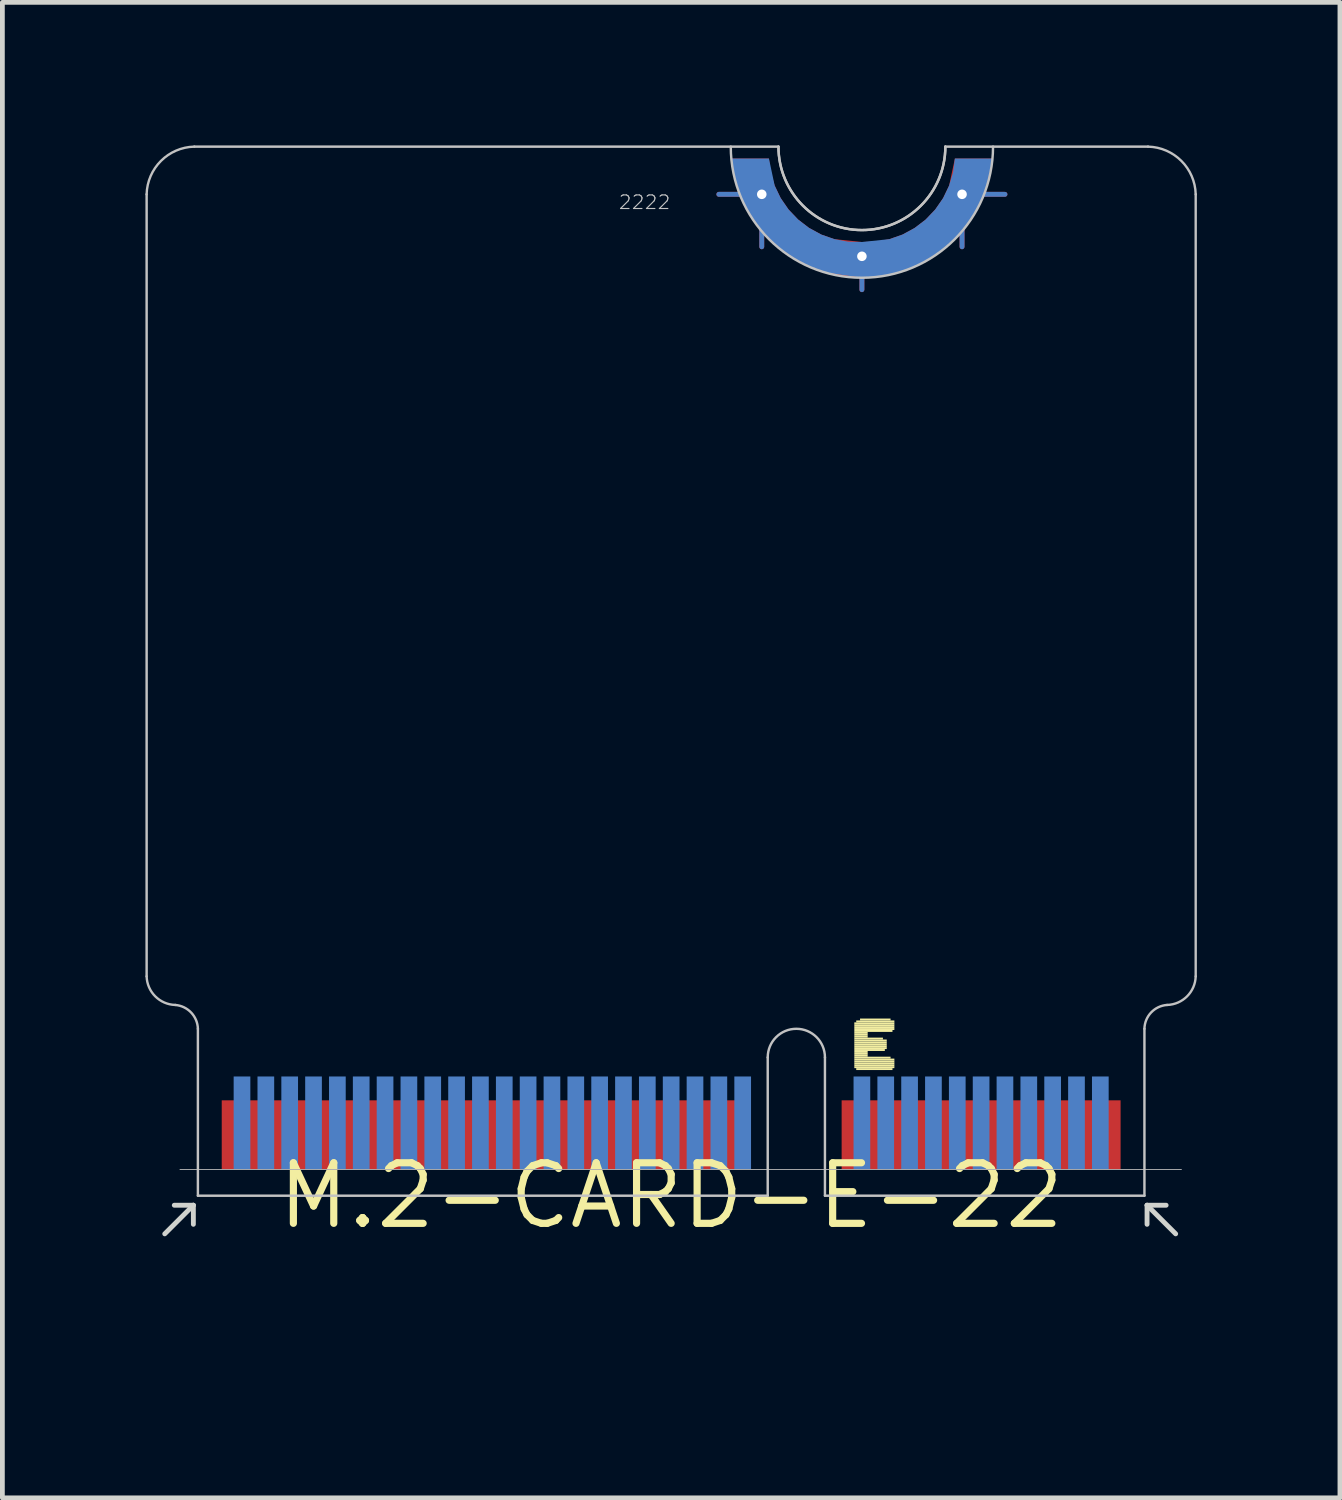
<source format=kicad_pcb>
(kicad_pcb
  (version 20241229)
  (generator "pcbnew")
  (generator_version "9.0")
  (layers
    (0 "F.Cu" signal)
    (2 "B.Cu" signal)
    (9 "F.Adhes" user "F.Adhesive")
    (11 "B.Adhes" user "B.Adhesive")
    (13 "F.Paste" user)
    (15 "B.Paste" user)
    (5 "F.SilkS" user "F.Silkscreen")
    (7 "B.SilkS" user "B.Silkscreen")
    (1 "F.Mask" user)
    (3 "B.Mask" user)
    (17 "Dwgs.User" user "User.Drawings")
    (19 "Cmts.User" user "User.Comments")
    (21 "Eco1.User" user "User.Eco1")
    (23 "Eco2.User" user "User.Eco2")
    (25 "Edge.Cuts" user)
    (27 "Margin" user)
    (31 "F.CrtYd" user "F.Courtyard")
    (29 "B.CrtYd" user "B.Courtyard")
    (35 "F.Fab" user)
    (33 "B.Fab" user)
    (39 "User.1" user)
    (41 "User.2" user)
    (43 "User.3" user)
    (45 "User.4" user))
  (footprint "M.2-CARD-E-22"
    (layer "F.Cu")
    (at 11.025 22.025)
    (property "Reference" "M.2-CARD-E-22" (at 0 0 0) (layer "F.SilkS") (effects (font (size 1.27 1.27) (thickness 0.15))))
    (attr through_hole)
    (fp_line (start 1.9 -21) (end 1 -21) (stroke (width 0.102) (type solid)) (layer "F.Cu"))
    (fp_line (start 1.9 -21) (end 1.9 -19.9) (stroke (width 0.102) (type solid)) (layer "F.Cu"))
    (fp_line (start 4 -19.7) (end 4 -19) (stroke (width 0.102) (type solid)) (layer "F.Cu"))
    (fp_line (start 6.1 -21) (end 6.1 -19.9) (stroke (width 0.102) (type solid)) (layer "F.Cu"))
    (fp_line (start 6.1 -21) (end 7 -21) (stroke (width 0.102) (type solid)) (layer "F.Cu"))
    (fp_poly (pts (xy 1.25 -21.75) (xy 2.05 -21.75) (xy 2.088 -21.462) (xy 2.171 -21.183) (xy 2.297 -20.921) (xy 2.462 -20.682) (xy 2.663 -20.471) (xy 2.893 -20.295) (xy 3.149 -20.156) (xy 3.423 -20.06) (xy 4 -20) (xy 4.291 -20.007) (xy 4.577 -20.06) (xy 4.851 -20.156) (xy 5.107 -20.295) (xy 5.337 -20.471) (xy 5.538 -20.682) (xy 5.703 -20.921) (xy 5.829 -21.183) (xy 5.95 -21.75) (xy 6.75 -21.75) (xy 6.687 -21.386) (xy 6.576 -21.034) (xy 6.42 -20.699) (xy 6.222 -20.388) (xy 5.983 -20.105) (xy 5.71 -19.857) (xy 5.406 -19.647) (xy 5.078 -19.478) (xy 4.73 -19.355) (xy 4.368 -19.278) (xy 4 -19.25) (xy 3.631 -19.276) (xy 3.268 -19.35) (xy 2.919 -19.473) (xy 2.589 -19.64) (xy 2.285 -19.85) (xy 2.011 -20.099) (xy 1.773 -20.383) (xy 1.574 -20.695) (xy 1.419 -21.031)) (stroke (width 0) (type solid)) (fill yes) (layer "F.Cu"))
    (fp_poly (pts (xy 1.25 -22) (xy 2.25 -22) (xy 2.277 -21.696) (xy 2.356 -21.401) (xy 2.484 -21.125) (xy 2.659 -20.875) (xy 2.875 -20.659) (xy 3.125 -20.484) (xy 3.401 -20.356) (xy 3.696 -20.277) (xy 4 -20.25) (xy 4.304 -20.277) (xy 4.599 -20.356) (xy 4.875 -20.484) (xy 5.125 -20.659) (xy 5.341 -20.875) (xy 5.516 -21.125) (xy 5.644 -21.401) (xy 5.75 -22) (xy 6.75 -22) (xy 6.726 -21.641) (xy 6.656 -21.288) (xy 6.541 -20.948) (xy 6.382 -20.625) (xy 6.182 -20.326) (xy 5.945 -20.055) (xy 5.674 -19.818) (xy 5.375 -19.618) (xy 5.052 -19.459) (xy 4.712 -19.344) (xy 4 -19.25) (xy 3.641 -19.274) (xy 3.288 -19.344) (xy 2.948 -19.459) (xy 2.625 -19.618) (xy 2.326 -19.818) (xy 2.055 -20.055) (xy 1.818 -20.326) (xy 1.618 -20.625) (xy 1.459 -20.948) (xy 1.344 -21.288) (xy 1.274 -21.641)) (stroke (width 0) (type solid)) (fill yes) (layer "F.Mask"))
    (fp_line (start 1.9 -21) (end 1 -21) (stroke (width 0.102) (type solid)) (layer "B.Cu"))
    (fp_line (start 1.9 -21) (end 1.9 -19.9) (stroke (width 0.102) (type solid)) (layer "B.Cu"))
    (fp_line (start 4 -19.7) (end 4 -19) (stroke (width 0.102) (type solid)) (layer "B.Cu"))
    (fp_line (start 6.1 -21) (end 6.1 -19.9) (stroke (width 0.102) (type solid)) (layer "B.Cu"))
    (fp_line (start 6.1 -21) (end 7 -21) (stroke (width 0.102) (type solid)) (layer "B.Cu"))
    (fp_poly (pts (xy 6.75 -21.75) (xy 5.95 -21.75) (xy 5.912 -21.462) (xy 5.829 -21.183) (xy 5.703 -20.921) (xy 5.538 -20.682) (xy 5.337 -20.471) (xy 5.107 -20.295) (xy 4.851 -20.156) (xy 4.577 -20.06) (xy 4 -20) (xy 3.709 -20.007) (xy 3.423 -20.06) (xy 3.149 -20.156) (xy 2.893 -20.295) (xy 2.663 -20.471) (xy 2.462 -20.682) (xy 2.297 -20.921) (xy 2.171 -21.183) (xy 2.05 -21.75) (xy 1.25 -21.75) (xy 1.25 -21.75) (xy 1.313 -21.386) (xy 1.424 -21.034) (xy 1.58 -20.699) (xy 1.778 -20.388) (xy 2.017 -20.105) (xy 2.29 -19.857) (xy 2.594 -19.647) (xy 2.922 -19.478) (xy 3.27 -19.355) (xy 4 -19.25) (xy 4 -19.25) (xy 4.369 -19.276) (xy 4.732 -19.35) (xy 5.081 -19.473) (xy 5.411 -19.64) (xy 5.715 -19.85) (xy 5.989 -20.099) (xy 6.227 -20.383) (xy 6.426 -20.695) (xy 6.581 -21.031)) (stroke (width 0) (type solid)) (fill yes) (layer "B.Cu"))
    (fp_poly (pts (xy 6.75 -22) (xy 5.75 -22) (xy 5.723 -21.696) (xy 5.644 -21.401) (xy 5.516 -21.125) (xy 5.341 -20.875) (xy 5.125 -20.659) (xy 4.875 -20.484) (xy 4.599 -20.356) (xy 4.304 -20.277) (xy 4 -20.25) (xy 3.696 -20.277) (xy 3.401 -20.356) (xy 3.125 -20.484) (xy 2.875 -20.659) (xy 2.659 -20.875) (xy 2.484 -21.125) (xy 2.356 -21.401) (xy 2.277 -21.696) (xy 2.25 -22) (xy 1.25 -22) (xy 1.274 -21.641) (xy 1.344 -21.288) (xy 1.459 -20.948) (xy 1.618 -20.625) (xy 1.818 -20.326) (xy 2.055 -20.055) (xy 2.326 -19.818) (xy 2.625 -19.618) (xy 2.948 -19.459) (xy 3.288 -19.344) (xy 3.641 -19.274) (xy 4 -19.25) (xy 4.359 -19.274) (xy 4.712 -19.344) (xy 5.052 -19.459) (xy 5.375 -19.618) (xy 5.674 -19.818) (xy 5.945 -20.055) (xy 6.182 -20.326) (xy 6.382 -20.625) (xy 6.541 -20.948) (xy 6.656 -21.288)) (stroke (width 0) (type solid)) (fill yes) (layer "B.Mask"))
    (fp_poly (pts (xy 3.841 -3.595) (xy 4.681 -3.595) (xy 4.681 -3.635) (xy 3.841 -3.635)) (stroke (width 0) (type solid)) (fill yes) (layer "F.SilkS"))
    (fp_poly (pts (xy 3.841 -3.555) (xy 4.681 -3.555) (xy 4.681 -3.595) (xy 3.841 -3.595)) (stroke (width 0) (type solid)) (fill yes) (layer "F.SilkS"))
    (fp_poly (pts (xy 3.841 -3.515) (xy 4.681 -3.515) (xy 4.681 -3.555) (xy 3.841 -3.555)) (stroke (width 0) (type solid)) (fill yes) (layer "F.SilkS"))
    (fp_poly (pts (xy 3.841 -3.475) (xy 4.681 -3.475) (xy 4.681 -3.515) (xy 3.841 -3.515)) (stroke (width 0) (type solid)) (fill yes) (layer "F.SilkS"))
    (fp_poly (pts (xy 3.841 -3.435) (xy 4.641 -3.435) (xy 4.641 -3.475) (xy 3.841 -3.475)) (stroke (width 0) (type solid)) (fill yes) (layer "F.SilkS"))
    (fp_poly (pts (xy 3.841 -3.395) (xy 4.121 -3.395) (xy 4.121 -3.435) (xy 3.841 -3.435)) (stroke (width 0) (type solid)) (fill yes) (layer "F.SilkS"))
    (fp_poly (pts (xy 3.841 -3.355) (xy 4.121 -3.355) (xy 4.121 -3.395) (xy 3.841 -3.395)) (stroke (width 0) (type solid)) (fill yes) (layer "F.SilkS"))
    (fp_poly (pts (xy 3.841 -3.315) (xy 4.121 -3.315) (xy 4.121 -3.355) (xy 3.841 -3.355)) (stroke (width 0) (type solid)) (fill yes) (layer "F.SilkS"))
    (fp_poly (pts (xy 3.841 -3.275) (xy 4.441 -3.275) (xy 4.441 -3.315) (xy 3.841 -3.315)) (stroke (width 0) (type solid)) (fill yes) (layer "F.SilkS"))
    (fp_poly (pts (xy 3.841 -3.235) (xy 4.521 -3.235) (xy 4.521 -3.275) (xy 3.841 -3.275)) (stroke (width 0) (type solid)) (fill yes) (layer "F.SilkS"))
    (fp_poly (pts (xy 3.841 -3.195) (xy 4.521 -3.195) (xy 4.521 -3.235) (xy 3.841 -3.235)) (stroke (width 0) (type solid)) (fill yes) (layer "F.SilkS"))
    (fp_poly (pts (xy 3.841 -3.155) (xy 4.521 -3.155) (xy 4.521 -3.195) (xy 3.841 -3.195)) (stroke (width 0) (type solid)) (fill yes) (layer "F.SilkS"))
    (fp_poly (pts (xy 3.841 -3.115) (xy 4.521 -3.115) (xy 4.521 -3.155) (xy 3.841 -3.155)) (stroke (width 0) (type solid)) (fill yes) (layer "F.SilkS"))
    (fp_poly (pts (xy 3.841 -3.075) (xy 4.521 -3.075) (xy 4.521 -3.115) (xy 3.841 -3.115)) (stroke (width 0) (type solid)) (fill yes) (layer "F.SilkS"))
    (fp_poly (pts (xy 3.841 -3.035) (xy 4.481 -3.035) (xy 4.481 -3.075) (xy 3.841 -3.075)) (stroke (width 0) (type solid)) (fill yes) (layer "F.SilkS"))
    (fp_poly (pts (xy 3.841 -2.995) (xy 4.121 -2.995) (xy 4.121 -3.035) (xy 3.841 -3.035)) (stroke (width 0) (type solid)) (fill yes) (layer "F.SilkS"))
    (fp_poly (pts (xy 3.841 -2.955) (xy 4.121 -2.955) (xy 4.121 -2.995) (xy 3.841 -2.995)) (stroke (width 0) (type solid)) (fill yes) (layer "F.SilkS"))
    (fp_poly (pts (xy 3.841 -2.915) (xy 4.121 -2.915) (xy 4.121 -2.955) (xy 3.841 -2.955)) (stroke (width 0) (type solid)) (fill yes) (layer "F.SilkS"))
    (fp_poly (pts (xy 3.841 -2.875) (xy 4.601 -2.875) (xy 4.601 -2.915) (xy 3.841 -2.915)) (stroke (width 0) (type solid)) (fill yes) (layer "F.SilkS"))
    (fp_poly (pts (xy 3.841 -2.835) (xy 4.681 -2.835) (xy 4.681 -2.875) (xy 3.841 -2.875)) (stroke (width 0) (type solid)) (fill yes) (layer "F.SilkS"))
    (fp_poly (pts (xy 3.841 -2.795) (xy 4.681 -2.795) (xy 4.681 -2.835) (xy 3.841 -2.835)) (stroke (width 0) (type solid)) (fill yes) (layer "F.SilkS"))
    (fp_poly (pts (xy 3.841 -2.755) (xy 4.681 -2.755) (xy 4.681 -2.795) (xy 3.841 -2.795)) (stroke (width 0) (type solid)) (fill yes) (layer "F.SilkS"))
    (fp_poly (pts (xy 3.841 -2.715) (xy 4.681 -2.715) (xy 4.681 -2.755) (xy 3.841 -2.755)) (stroke (width 0) (type solid)) (fill yes) (layer "F.SilkS"))
    (fp_poly (pts (xy 3.841 -2.675) (xy 4.681 -2.675) (xy 4.681 -2.715) (xy 3.841 -2.715)) (stroke (width 0) (type solid)) (fill yes) (layer "F.SilkS"))
    (fp_poly (pts (xy 3.881 -3.635) (xy 4.681 -3.635) (xy 4.681 -3.675) (xy 3.881 -3.675)) (stroke (width 0) (type solid)) (fill yes) (layer "F.SilkS"))
    (fp_poly (pts (xy 3.881 -2.635) (xy 4.641 -2.635) (xy 4.641 -2.675) (xy 3.881 -2.675)) (stroke (width 0) (type solid)) (fill yes) (layer "F.SilkS"))
    (fp_poly (pts (xy 3.961 -3.675) (xy 4.601 -3.675) (xy 4.601 -3.715) (xy 3.961 -3.715)) (stroke (width 0) (type solid)) (fill yes) (layer "F.SilkS"))
    (fp_line (start -11 -21) (end -11 -4.6) (stroke (width 0.051) (type solid)) (layer "Dwgs.User"))
    (fp_line (start -9.925 0) (end -9.925 -3.5) (stroke (width 0.051) (type solid)) (layer "Dwgs.User"))
    (fp_line (start 2.025 -2.9) (end 2.025 0) (stroke (width 0.051) (type solid)) (layer "Dwgs.User"))
    (fp_line (start 2.025 0) (end -9.925 0) (stroke (width 0.051) (type solid)) (layer "Dwgs.User"))
    (fp_line (start 2.25 -22) (end -10 -22) (stroke (width 0.051) (type solid)) (layer "Dwgs.User"))
    (fp_line (start 3.225 -2.9) (end 3.225 0) (stroke (width 0.051) (type solid)) (layer "Dwgs.User"))
    (fp_line (start 9.925 -3.5) (end 9.925 0) (stroke (width 0.051) (type solid)) (layer "Dwgs.User"))
    (fp_line (start 9.925 0) (end 3.225 0) (stroke (width 0.051) (type solid)) (layer "Dwgs.User"))
    (fp_line (start 10 -22) (end 5.75 -22) (stroke (width 0.051) (type solid)) (layer "Dwgs.User"))
    (fp_line (start 11 -21) (end 11 -4.6) (stroke (width 0.05) (type solid)) (layer "Dwgs.User"))
    (fp_arc (start -11 -21) (mid -10.7 -21.7) (end -10 -22) (stroke (width 0.05) (type solid)) (layer "Dwgs.User"))
    (fp_arc (start -10.400001 -3.999999) (mid -10.819362 -4.180638) (end -11 -4.6) (stroke (width 0.05) (type solid)) (layer "Dwgs.User"))
    (fp_arc (start -10.4 -4) (mid -10.066759 -3.840954) (end -9.925 -3.5) (stroke (width 0.0508) (type solid)) (layer "Dwgs.User"))
    (fp_arc (start 2.025 -2.9) (mid 2.625 -3.5) (end 3.225 -2.9) (stroke (width 0.0508) (type solid)) (layer "Dwgs.User"))
    (fp_arc (start 5.75 -22) (mid 4 -20.25) (end 2.25 -22) (stroke (width 0.0508) (type solid)) (layer "Dwgs.User"))
    (fp_arc (start 5.75 -22) (mid 4 -20.25) (end 2.25 -22) (stroke (width 0.0508) (type solid)) (layer "Dwgs.User"))
    (fp_arc (start 6.75 -22) (mid 4 -19.25) (end 1.25 -22) (stroke (width 0.0508) (type solid)) (layer "Dwgs.User"))
    (fp_arc (start 9.925 -3.5) (mid 10.065344 -3.842298) (end 10.4 -4) (stroke (width 0.0508) (type solid)) (layer "Dwgs.User"))
    (fp_arc (start 10 -22) (mid 10.7 -21.7) (end 11 -21) (stroke (width 0.05) (type solid)) (layer "Dwgs.User"))
    (fp_arc (start 10.999999 -4.599999) (mid 10.819361 -4.180638) (end 10.4 -4) (stroke (width 0.05) (type solid)) (layer "Dwgs.User"))
    (fp_line (start -10.62 0.8) (end -10.02 0.2) (stroke (width 0.102) (type solid)) (layer "Edge.Cuts"))
    (fp_line (start -10.02 0.2) (end -10.42 0.2) (stroke (width 0.102) (type solid)) (layer "Edge.Cuts"))
    (fp_line (start -10.02 0.2) (end -10.02 0.6) (stroke (width 0.102) (type solid)) (layer "Edge.Cuts"))
    (fp_line (start 9.98 0.2) (end 9.98 0.6) (stroke (width 0.102) (type solid)) (layer "Edge.Cuts"))
    (fp_line (start 9.98 0.2) (end 10.38 0.2) (stroke (width 0.102) (type solid)) (layer "Edge.Cuts"))
    (fp_line (start 10.58 0.8) (end 9.98 0.2) (stroke (width 0.102) (type solid)) (layer "Edge.Cuts"))
    (fp_line (start -10.3 -0.55) (end 10.7 -0.55) (stroke (width 0.02) (type solid)) (layer "F.Fab"))
    (fp_text user "2222" (at 0 -21 0) (layer "Dwgs.User") (effects (font (size 0.285 0.285) (thickness 0.024)) (justify right top)))
    (fp_text user "Route\nOut" (at 4 -21.3 0) (layer "Edge.Cuts") (effects (font (size 0.285 0.285) (thickness 0.024))))
    (fp_text user "Chamfered Edge" (at -0.02 1 0) (layer "Edge.Cuts") (effects (font (size 0.724 0.724) (thickness 0.114)) (justify right top)))
    (fp_text user "0.8mm PCB" (at -0.02 2.27 0) (layer "Edge.Cuts") (effects (font (size 0.724 0.724) (thickness 0.114)) (justify right top)))
    (pad "1" smd rect (at 9.25 -1.275 180) (size 0.35 1.45) (layers "F.Cu" "F.Mask"))
    (pad "2" smd rect (at 9 -1.525) (size 0.35 1.95) (layers "B.Cu" "B.Mask"))
    (pad "3" smd rect (at 8.75 -1.275 180) (size 0.35 1.45) (layers "F.Cu" "F.Mask"))
    (pad "4" smd rect (at 8.5 -1.525) (size 0.35 1.95) (layers "B.Cu" "B.Mask"))
    (pad "5" smd rect (at 8.25 -1.275 180) (size 0.35 1.45) (layers "F.Cu" "F.Mask"))
    (pad "6" smd rect (at 8 -1.525) (size 0.35 1.95) (layers "B.Cu" "B.Mask"))
    (pad "7" smd rect (at 7.75 -1.275 180) (size 0.35 1.45) (layers "F.Cu" "F.Mask"))
    (pad "8" smd rect (at 7.5 -1.525) (size 0.35 1.95) (layers "B.Cu" "B.Mask"))
    (pad "9" smd rect (at 7.25 -1.275 180) (size 0.35 1.45) (layers "F.Cu" "F.Mask"))
    (pad "10" smd rect (at 7 -1.525) (size 0.35 1.95) (layers "B.Cu" "B.Mask"))
    (pad "11" smd rect (at 6.75 -1.275 180) (size 0.35 1.45) (layers "F.Cu" "F.Mask"))
    (pad "12" smd rect (at 6.5 -1.525) (size 0.35 1.95) (layers "B.Cu" "B.Mask"))
    (pad "13" smd rect (at 6.25 -1.275 180) (size 0.35 1.45) (layers "F.Cu" "F.Mask"))
    (pad "14" smd rect (at 6 -1.525) (size 0.35 1.95) (layers "B.Cu" "B.Mask"))
    (pad "15" smd rect (at 5.75 -1.275 180) (size 0.35 1.45) (layers "F.Cu" "F.Mask"))
    (pad "16" smd rect (at 5.5 -1.525) (size 0.35 1.95) (layers "B.Cu" "B.Mask"))
    (pad "17" smd rect (at 5.25 -1.275 180) (size 0.35 1.45) (layers "F.Cu" "F.Mask"))
    (pad "18" smd rect (at 5 -1.525) (size 0.35 1.95) (layers "B.Cu" "B.Mask"))
    (pad "19" smd rect (at 4.75 -1.275 180) (size 0.35 1.45) (layers "F.Cu" "F.Mask"))
    (pad "20" smd rect (at 4.5 -1.525) (size 0.35 1.95) (layers "B.Cu" "B.Mask"))
    (pad "21" smd rect (at 4.25 -1.275 180) (size 0.35 1.45) (layers "F.Cu" "F.Mask"))
    (pad "22" smd rect (at 4 -1.525) (size 0.35 1.95) (layers "B.Cu" "B.Mask"))
    (pad "23" smd rect (at 3.75 -1.275 180) (size 0.35 1.45) (layers "F.Cu" "F.Mask"))
    (pad "32" smd rect (at 1.5 -1.525) (size 0.35 1.95) (layers "B.Cu" "B.Mask"))
    (pad "33" smd rect (at 1.25 -1.275 180) (size 0.35 1.45) (layers "F.Cu" "F.Mask"))
    (pad "34" smd rect (at 1 -1.525) (size 0.35 1.95) (layers "B.Cu" "B.Mask"))
    (pad "35" smd rect (at 0.75 -1.275 180) (size 0.35 1.45) (layers "F.Cu" "F.Mask"))
    (pad "36" smd rect (at 0.5 -1.525) (size 0.35 1.95) (layers "B.Cu" "B.Mask"))
    (pad "37" smd rect (at 0.25 -1.275 180) (size 0.35 1.45) (layers "F.Cu" "F.Mask"))
    (pad "38" smd rect (at 0 -1.525) (size 0.35 1.95) (layers "B.Cu" "B.Mask"))
    (pad "39" smd rect (at -0.25 -1.275 180) (size 0.35 1.45) (layers "F.Cu" "F.Mask"))
    (pad "40" smd rect (at -0.5 -1.525) (size 0.35 1.95) (layers "B.Cu" "B.Mask"))
    (pad "41" smd rect (at -0.75 -1.275 180) (size 0.35 1.45) (layers "F.Cu" "F.Mask"))
    (pad "42" smd rect (at -1 -1.525) (size 0.35 1.95) (layers "B.Cu" "B.Mask"))
    (pad "43" smd rect (at -1.25 -1.275 180) (size 0.35 1.45) (layers "F.Cu" "F.Mask"))
    (pad "44" smd rect (at -1.5 -1.525) (size 0.35 1.95) (layers "B.Cu" "B.Mask"))
    (pad "45" smd rect (at -1.75 -1.275 180) (size 0.35 1.45) (layers "F.Cu" "F.Mask"))
    (pad "46" smd rect (at -2 -1.525) (size 0.35 1.95) (layers "B.Cu" "B.Mask"))
    (pad "47" smd rect (at -2.25 -1.275 180) (size 0.35 1.45) (layers "F.Cu" "F.Mask"))
    (pad "48" smd rect (at -2.5 -1.525) (size 0.35 1.95) (layers "B.Cu" "B.Mask"))
    (pad "49" smd rect (at -2.75 -1.275 180) (size 0.35 1.45) (layers "F.Cu" "F.Mask"))
    (pad "50" smd rect (at -3 -1.525) (size 0.35 1.95) (layers "B.Cu" "B.Mask"))
    (pad "51" smd rect (at -3.25 -1.275 180) (size 0.35 1.45) (layers "F.Cu" "F.Mask"))
    (pad "52" smd rect (at -3.5 -1.525) (size 0.35 1.95) (layers "B.Cu" "B.Mask"))
    (pad "53" smd rect (at -3.75 -1.275 180) (size 0.35 1.45) (layers "F.Cu" "F.Mask"))
    (pad "54" smd rect (at -4 -1.525) (size 0.35 1.95) (layers "B.Cu" "B.Mask"))
    (pad "55" smd rect (at -4.25 -1.275 180) (size 0.35 1.45) (layers "F.Cu" "F.Mask"))
    (pad "56" smd rect (at -4.5 -1.525) (size 0.35 1.95) (layers "B.Cu" "B.Mask"))
    (pad "57" smd rect (at -4.75 -1.275 180) (size 0.35 1.45) (layers "F.Cu" "F.Mask"))
    (pad "58" smd rect (at -5 -1.525) (size 0.35 1.95) (layers "B.Cu" "B.Mask"))
    (pad "59" smd rect (at -5.25 -1.275 180) (size 0.35 1.45) (layers "F.Cu" "F.Mask"))
    (pad "60" smd rect (at -5.5 -1.525) (size 0.35 1.95) (layers "B.Cu" "B.Mask"))
    (pad "61" smd rect (at -5.75 -1.275 180) (size 0.35 1.45) (layers "F.Cu" "F.Mask"))
    (pad "62" smd rect (at -6 -1.525) (size 0.35 1.95) (layers "B.Cu" "B.Mask"))
    (pad "63" smd rect (at -6.25 -1.275 180) (size 0.35 1.45) (layers "F.Cu" "F.Mask"))
    (pad "64" smd rect (at -6.5 -1.525) (size 0.35 1.95) (layers "B.Cu" "B.Mask"))
    (pad "65" smd rect (at -6.75 -1.275 180) (size 0.35 1.45) (layers "F.Cu" "F.Mask"))
    (pad "66" smd rect (at -7 -1.525) (size 0.35 1.95) (layers "B.Cu" "B.Mask"))
    (pad "67" smd rect (at -7.25 -1.275 180) (size 0.35 1.45) (layers "F.Cu" "F.Mask"))
    (pad "68" smd rect (at -7.5 -1.525) (size 0.35 1.95) (layers "B.Cu" "B.Mask"))
    (pad "69" smd rect (at -7.75 -1.275 180) (size 0.35 1.45) (layers "F.Cu" "F.Mask"))
    (pad "70" smd rect (at -8 -1.525) (size 0.35 1.95) (layers "B.Cu" "B.Mask"))
    (pad "71" smd rect (at -8.25 -1.275 180) (size 0.35 1.45) (layers "F.Cu" "F.Mask"))
    (pad "72" smd rect (at -8.5 -1.525) (size 0.35 1.95) (layers "B.Cu" "B.Mask"))
    (pad "73" smd rect (at -8.75 -1.275 180) (size 0.35 1.45) (layers "F.Cu" "F.Mask"))
    (pad "74" smd rect (at -9 -1.525) (size 0.35 1.95) (layers "B.Cu" "B.Mask"))
    (pad "75" smd rect (at -9.25 -1.275 180) (size 0.35 1.45) (layers "F.Cu" "F.Mask"))
    (pad "GND1" thru_hole circle (at 1.9 -21) (size 0.454 0.454) (drill 0.2) (layers "*.Cu" "*.Mask"))
    (pad "GND2" thru_hole circle (at 4 -19.7) (size 0.454 0.454) (drill 0.2) (layers "*.Cu" "*.Mask"))
    (pad "GND3" thru_hole circle (at 6.1 -21) (size 0.454 0.454) (drill 0.2) (layers "*.Cu" "*.Mask")))
  (gr_rect
    (start -3 -3)
    (end 25.05 28.362)
    (stroke (width 0.1) (type default))
    (fill no)
    (layer "Edge.Cuts")))
</source>
